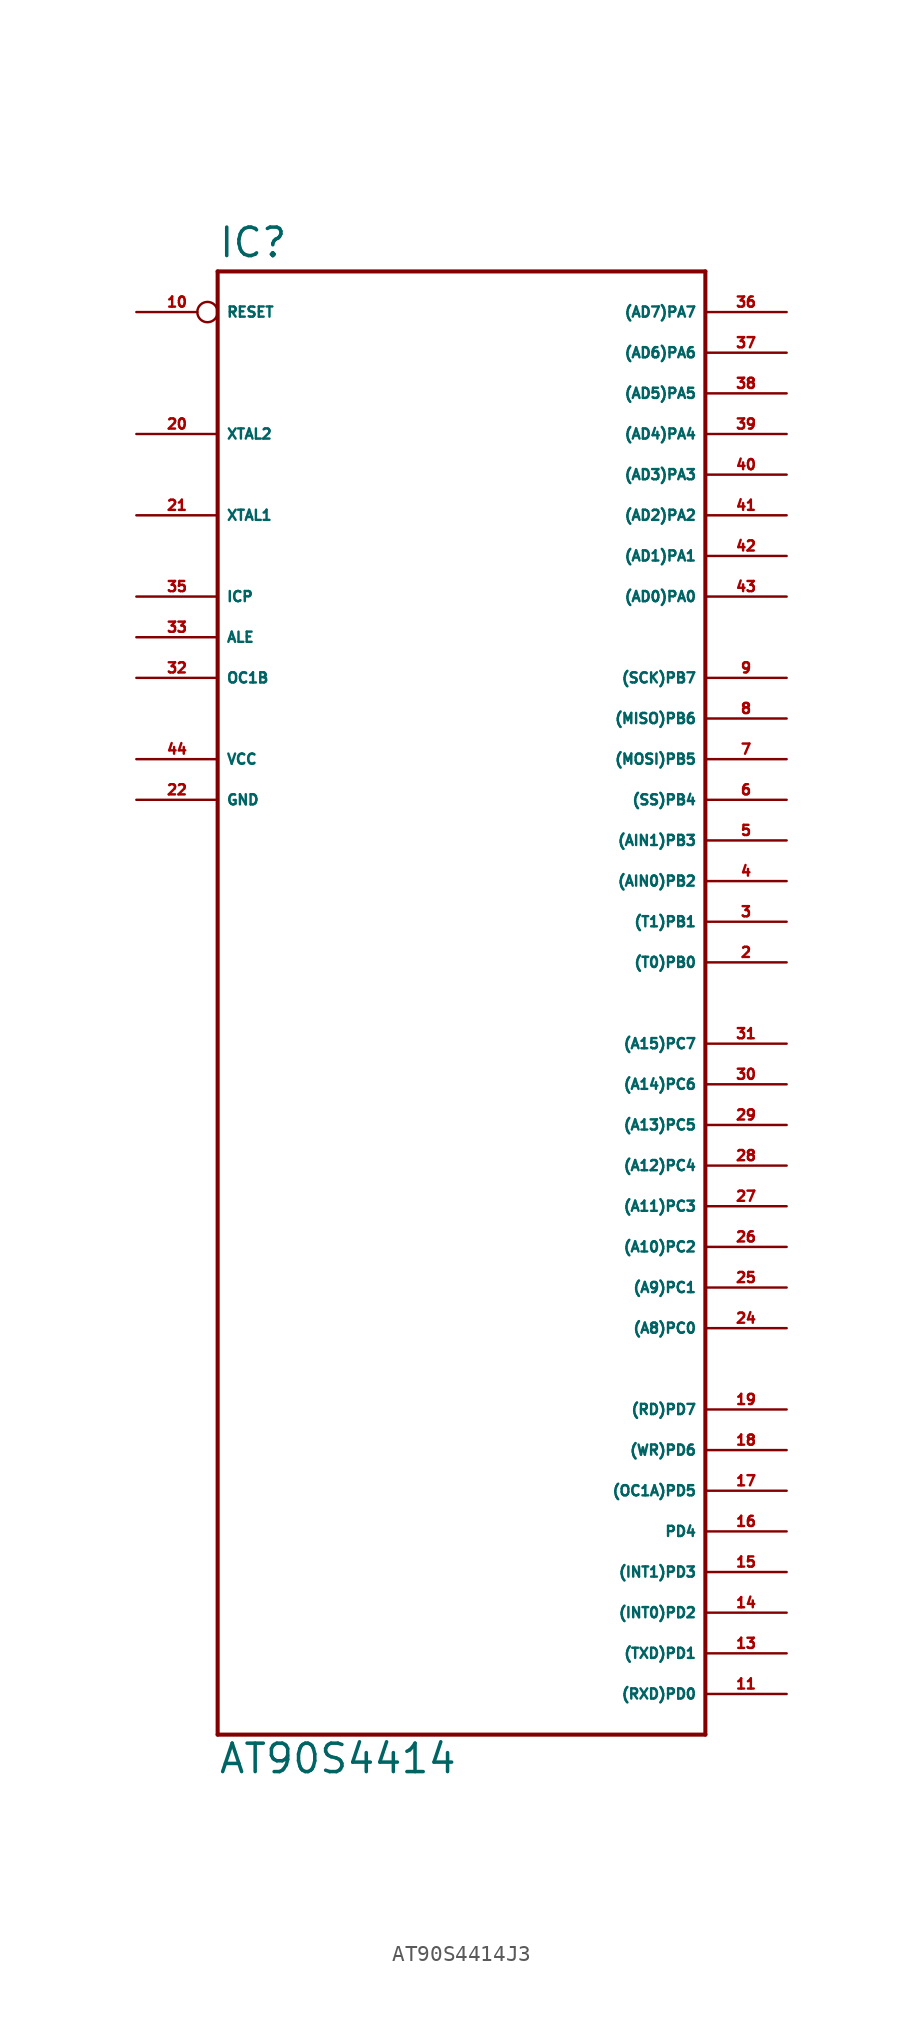
<source format=kicad_sym>
(kicad_symbol_lib
  (version 20220914)
  (generator Eagle2Kicad)
  (symbol "AT90S4414J3"
    (property "Reference" "IC"
      (at -15.24 36.322 0)
      (effects (font (size 1.778 1.778) (thickness 0.22)) (justify left bottom)))
    (property "Value" "AT90S4414"
      (at -15.24 -58.42 0)
      (effects (font (size 1.778 1.778) (thickness 0.22)) (justify left bottom)))
    (polyline
      (pts (xy -15.24 35.56) (xy 15.24 35.56))
      (stroke (width 0.254) (type default))
      (fill (type none)))
    (polyline
      (pts (xy 15.24 35.56) (xy 15.24 -55.88))
      (stroke (width 0.254) (type default))
      (fill (type none)))
    (polyline
      (pts (xy 15.24 -55.88) (xy -15.24 -55.88))
      (stroke (width 0.254) (type default))
      (fill (type none)))
    (polyline
      (pts (xy -15.24 -55.88) (xy -15.24 35.56))
      (stroke (width 0.254) (type default))
      (fill (type none)))
    (pin bidirectional line
      (at 20.32 33.02 180)
      (length 5.08)
      (name "(AD7)PA7" (effects (font (size 0.635 0.635) (thickness 0.08)) (justify left bottom)))
      (number "36" (effects (font (size 0.635 0.635) (thickness 0.08)) (justify left bottom))))
    (pin bidirectional line
      (at 20.32 30.48 180)
      (length 5.08)
      (name "(AD6)PA6" (effects (font (size 0.635 0.635) (thickness 0.08)) (justify left bottom)))
      (number "37" (effects (font (size 0.635 0.635) (thickness 0.08)) (justify left bottom))))
    (pin bidirectional line
      (at 20.32 27.94 180)
      (length 5.08)
      (name "(AD5)PA5" (effects (font (size 0.635 0.635) (thickness 0.08)) (justify left bottom)))
      (number "38" (effects (font (size 0.635 0.635) (thickness 0.08)) (justify left bottom))))
    (pin bidirectional line
      (at 20.32 25.4 180)
      (length 5.08)
      (name "(AD4)PA4" (effects (font (size 0.635 0.635) (thickness 0.08)) (justify left bottom)))
      (number "39" (effects (font (size 0.635 0.635) (thickness 0.08)) (justify left bottom))))
    (pin bidirectional line
      (at 20.32 22.86 180)
      (length 5.08)
      (name "(AD3)PA3" (effects (font (size 0.635 0.635) (thickness 0.08)) (justify left bottom)))
      (number "40" (effects (font (size 0.635 0.635) (thickness 0.08)) (justify left bottom))))
    (pin bidirectional line
      (at 20.32 20.32 180)
      (length 5.08)
      (name "(AD2)PA2" (effects (font (size 0.635 0.635) (thickness 0.08)) (justify left bottom)))
      (number "41" (effects (font (size 0.635 0.635) (thickness 0.08)) (justify left bottom))))
    (pin bidirectional line
      (at 20.32 17.78 180)
      (length 5.08)
      (name "(AD1)PA1" (effects (font (size 0.635 0.635) (thickness 0.08)) (justify left bottom)))
      (number "42" (effects (font (size 0.635 0.635) (thickness 0.08)) (justify left bottom))))
    (pin bidirectional line
      (at 20.32 15.24 180)
      (length 5.08)
      (name "(AD0)PA0" (effects (font (size 0.635 0.635) (thickness 0.08)) (justify left bottom)))
      (number "43" (effects (font (size 0.635 0.635) (thickness 0.08)) (justify left bottom))))
    (pin bidirectional line
      (at 20.32 10.16 180)
      (length 5.08)
      (name "(SCK)PB7" (effects (font (size 0.635 0.635) (thickness 0.08)) (justify left bottom)))
      (number "9" (effects (font (size 0.635 0.635) (thickness 0.08)) (justify left bottom))))
    (pin bidirectional line
      (at 20.32 7.62 180)
      (length 5.08)
      (name "(MISO)PB6" (effects (font (size 0.635 0.635) (thickness 0.08)) (justify left bottom)))
      (number "8" (effects (font (size 0.635 0.635) (thickness 0.08)) (justify left bottom))))
    (pin bidirectional line
      (at 20.32 5.08 180)
      (length 5.08)
      (name "(MOSI)PB5" (effects (font (size 0.635 0.635) (thickness 0.08)) (justify left bottom)))
      (number "7" (effects (font (size 0.635 0.635) (thickness 0.08)) (justify left bottom))))
    (pin bidirectional line
      (at 20.32 2.54 180)
      (length 5.08)
      (name "(SS)PB4" (effects (font (size 0.635 0.635) (thickness 0.08)) (justify left bottom)))
      (number "6" (effects (font (size 0.635 0.635) (thickness 0.08)) (justify left bottom))))
    (pin bidirectional line
      (at 20.32 0 180)
      (length 5.08)
      (name "(AIN1)PB3" (effects (font (size 0.635 0.635) (thickness 0.08)) (justify left bottom)))
      (number "5" (effects (font (size 0.635 0.635) (thickness 0.08)) (justify left bottom))))
    (pin bidirectional line
      (at 20.32 -2.54 180)
      (length 5.08)
      (name "(AIN0)PB2" (effects (font (size 0.635 0.635) (thickness 0.08)) (justify left bottom)))
      (number "4" (effects (font (size 0.635 0.635) (thickness 0.08)) (justify left bottom))))
    (pin bidirectional line
      (at 20.32 -5.08 180)
      (length 5.08)
      (name "(T1)PB1" (effects (font (size 0.635 0.635) (thickness 0.08)) (justify left bottom)))
      (number "3" (effects (font (size 0.635 0.635) (thickness 0.08)) (justify left bottom))))
    (pin bidirectional line
      (at 20.32 -7.62 180)
      (length 5.08)
      (name "(T0)PB0" (effects (font (size 0.635 0.635) (thickness 0.08)) (justify left bottom)))
      (number "2" (effects (font (size 0.635 0.635) (thickness 0.08)) (justify left bottom))))
    (pin bidirectional line
      (at 20.32 -12.7 180)
      (length 5.08)
      (name "(A15)PC7" (effects (font (size 0.635 0.635) (thickness 0.08)) (justify left bottom)))
      (number "31" (effects (font (size 0.635 0.635) (thickness 0.08)) (justify left bottom))))
    (pin bidirectional line
      (at 20.32 -15.24 180)
      (length 5.08)
      (name "(A14)PC6" (effects (font (size 0.635 0.635) (thickness 0.08)) (justify left bottom)))
      (number "30" (effects (font (size 0.635 0.635) (thickness 0.08)) (justify left bottom))))
    (pin bidirectional line
      (at 20.32 -17.78 180)
      (length 5.08)
      (name "(A13)PC5" (effects (font (size 0.635 0.635) (thickness 0.08)) (justify left bottom)))
      (number "29" (effects (font (size 0.635 0.635) (thickness 0.08)) (justify left bottom))))
    (pin bidirectional line
      (at 20.32 -20.32 180)
      (length 5.08)
      (name "(A12)PC4" (effects (font (size 0.635 0.635) (thickness 0.08)) (justify left bottom)))
      (number "28" (effects (font (size 0.635 0.635) (thickness 0.08)) (justify left bottom))))
    (pin bidirectional line
      (at 20.32 -22.86 180)
      (length 5.08)
      (name "(A11)PC3" (effects (font (size 0.635 0.635) (thickness 0.08)) (justify left bottom)))
      (number "27" (effects (font (size 0.635 0.635) (thickness 0.08)) (justify left bottom))))
    (pin bidirectional line
      (at 20.32 -25.4 180)
      (length 5.08)
      (name "(A10)PC2" (effects (font (size 0.635 0.635) (thickness 0.08)) (justify left bottom)))
      (number "26" (effects (font (size 0.635 0.635) (thickness 0.08)) (justify left bottom))))
    (pin bidirectional line
      (at 20.32 -27.94 180)
      (length 5.08)
      (name "(A9)PC1" (effects (font (size 0.635 0.635) (thickness 0.08)) (justify left bottom)))
      (number "25" (effects (font (size 0.635 0.635) (thickness 0.08)) (justify left bottom))))
    (pin bidirectional line
      (at 20.32 -30.48 180)
      (length 5.08)
      (name "(A8)PC0" (effects (font (size 0.635 0.635) (thickness 0.08)) (justify left bottom)))
      (number "24" (effects (font (size 0.635 0.635) (thickness 0.08)) (justify left bottom))))
    (pin bidirectional line
      (at -20.32 10.16 0)
      (length 5.08)
      (name "OC1B" (effects (font (size 0.635 0.635) (thickness 0.08)) (justify left bottom)))
      (number "32" (effects (font (size 0.635 0.635) (thickness 0.08)) (justify left bottom))))
    (pin bidirectional line
      (at -20.32 12.7 0)
      (length 5.08)
      (name "ALE" (effects (font (size 0.635 0.635) (thickness 0.08)) (justify left bottom)))
      (number "33" (effects (font (size 0.635 0.635) (thickness 0.08)) (justify left bottom))))
    (pin bidirectional line
      (at -20.32 15.24 0)
      (length 5.08)
      (name "ICP" (effects (font (size 0.635 0.635) (thickness 0.08)) (justify left bottom)))
      (number "35" (effects (font (size 0.635 0.635) (thickness 0.08)) (justify left bottom))))
    (pin bidirectional line
      (at -20.32 20.32 0)
      (length 5.08)
      (name "XTAL1" (effects (font (size 0.635 0.635) (thickness 0.08)) (justify left bottom)))
      (number "21" (effects (font (size 0.635 0.635) (thickness 0.08)) (justify left bottom))))
    (pin bidirectional line
      (at -20.32 25.4 0)
      (length 5.08)
      (name "XTAL2" (effects (font (size 0.635 0.635) (thickness 0.08)) (justify left bottom)))
      (number "20" (effects (font (size 0.635 0.635) (thickness 0.08)) (justify left bottom))))
    (pin unspecified line
      (at -20.32 5.08 0)
      (length 5.08)
      (name "VCC" (effects (font (size 0.635 0.635) (thickness 0.08)) (justify left bottom)))
      (number "44" (effects (font (size 0.635 0.635) (thickness 0.08)) (justify left bottom))))
    (pin unspecified line
      (at -20.32 2.54 0)
      (length 5.08)
      (name "GND" (effects (font (size 0.635 0.635) (thickness 0.08)) (justify left bottom)))
      (number "22" (effects (font (size 0.635 0.635) (thickness 0.08)) (justify left bottom))))
    (pin input inverted
      (at -20.32 33.02 0)
      (length 5.08)
      (name "RESET" (effects (font (size 0.635 0.635) (thickness 0.08)) (justify left bottom)))
      (number "10" (effects (font (size 0.635 0.635) (thickness 0.08)) (justify left bottom))))
    (pin bidirectional line
      (at 20.32 -53.34 180)
      (length 5.08)
      (name "(RXD)PD0" (effects (font (size 0.635 0.635) (thickness 0.08)) (justify left bottom)))
      (number "11" (effects (font (size 0.635 0.635) (thickness 0.08)) (justify left bottom))))
    (pin bidirectional line
      (at 20.32 -50.8 180)
      (length 5.08)
      (name "(TXD)PD1" (effects (font (size 0.635 0.635) (thickness 0.08)) (justify left bottom)))
      (number "13" (effects (font (size 0.635 0.635) (thickness 0.08)) (justify left bottom))))
    (pin bidirectional line
      (at 20.32 -48.26 180)
      (length 5.08)
      (name "(INT0)PD2" (effects (font (size 0.635 0.635) (thickness 0.08)) (justify left bottom)))
      (number "14" (effects (font (size 0.635 0.635) (thickness 0.08)) (justify left bottom))))
    (pin bidirectional line
      (at 20.32 -45.72 180)
      (length 5.08)
      (name "(INT1)PD3" (effects (font (size 0.635 0.635) (thickness 0.08)) (justify left bottom)))
      (number "15" (effects (font (size 0.635 0.635) (thickness 0.08)) (justify left bottom))))
    (pin bidirectional line
      (at 20.32 -43.18 180)
      (length 5.08)
      (name "PD4" (effects (font (size 0.635 0.635) (thickness 0.08)) (justify left bottom)))
      (number "16" (effects (font (size 0.635 0.635) (thickness 0.08)) (justify left bottom))))
    (pin bidirectional line
      (at 20.32 -40.64 180)
      (length 5.08)
      (name "(OC1A)PD5" (effects (font (size 0.635 0.635) (thickness 0.08)) (justify left bottom)))
      (number "17" (effects (font (size 0.635 0.635) (thickness 0.08)) (justify left bottom))))
    (pin bidirectional line
      (at 20.32 -38.1 180)
      (length 5.08)
      (name "(WR)PD6" (effects (font (size 0.635 0.635) (thickness 0.08)) (justify left bottom)))
      (number "18" (effects (font (size 0.635 0.635) (thickness 0.08)) (justify left bottom))))
    (pin bidirectional line
      (at 20.32 -35.56 180)
      (length 5.08)
      (name "(RD)PD7" (effects (font (size 0.635 0.635) (thickness 0.08)) (justify left bottom)))
      (number "19" (effects (font (size 0.635 0.635) (thickness 0.08)) (justify left bottom))))))
</source>
